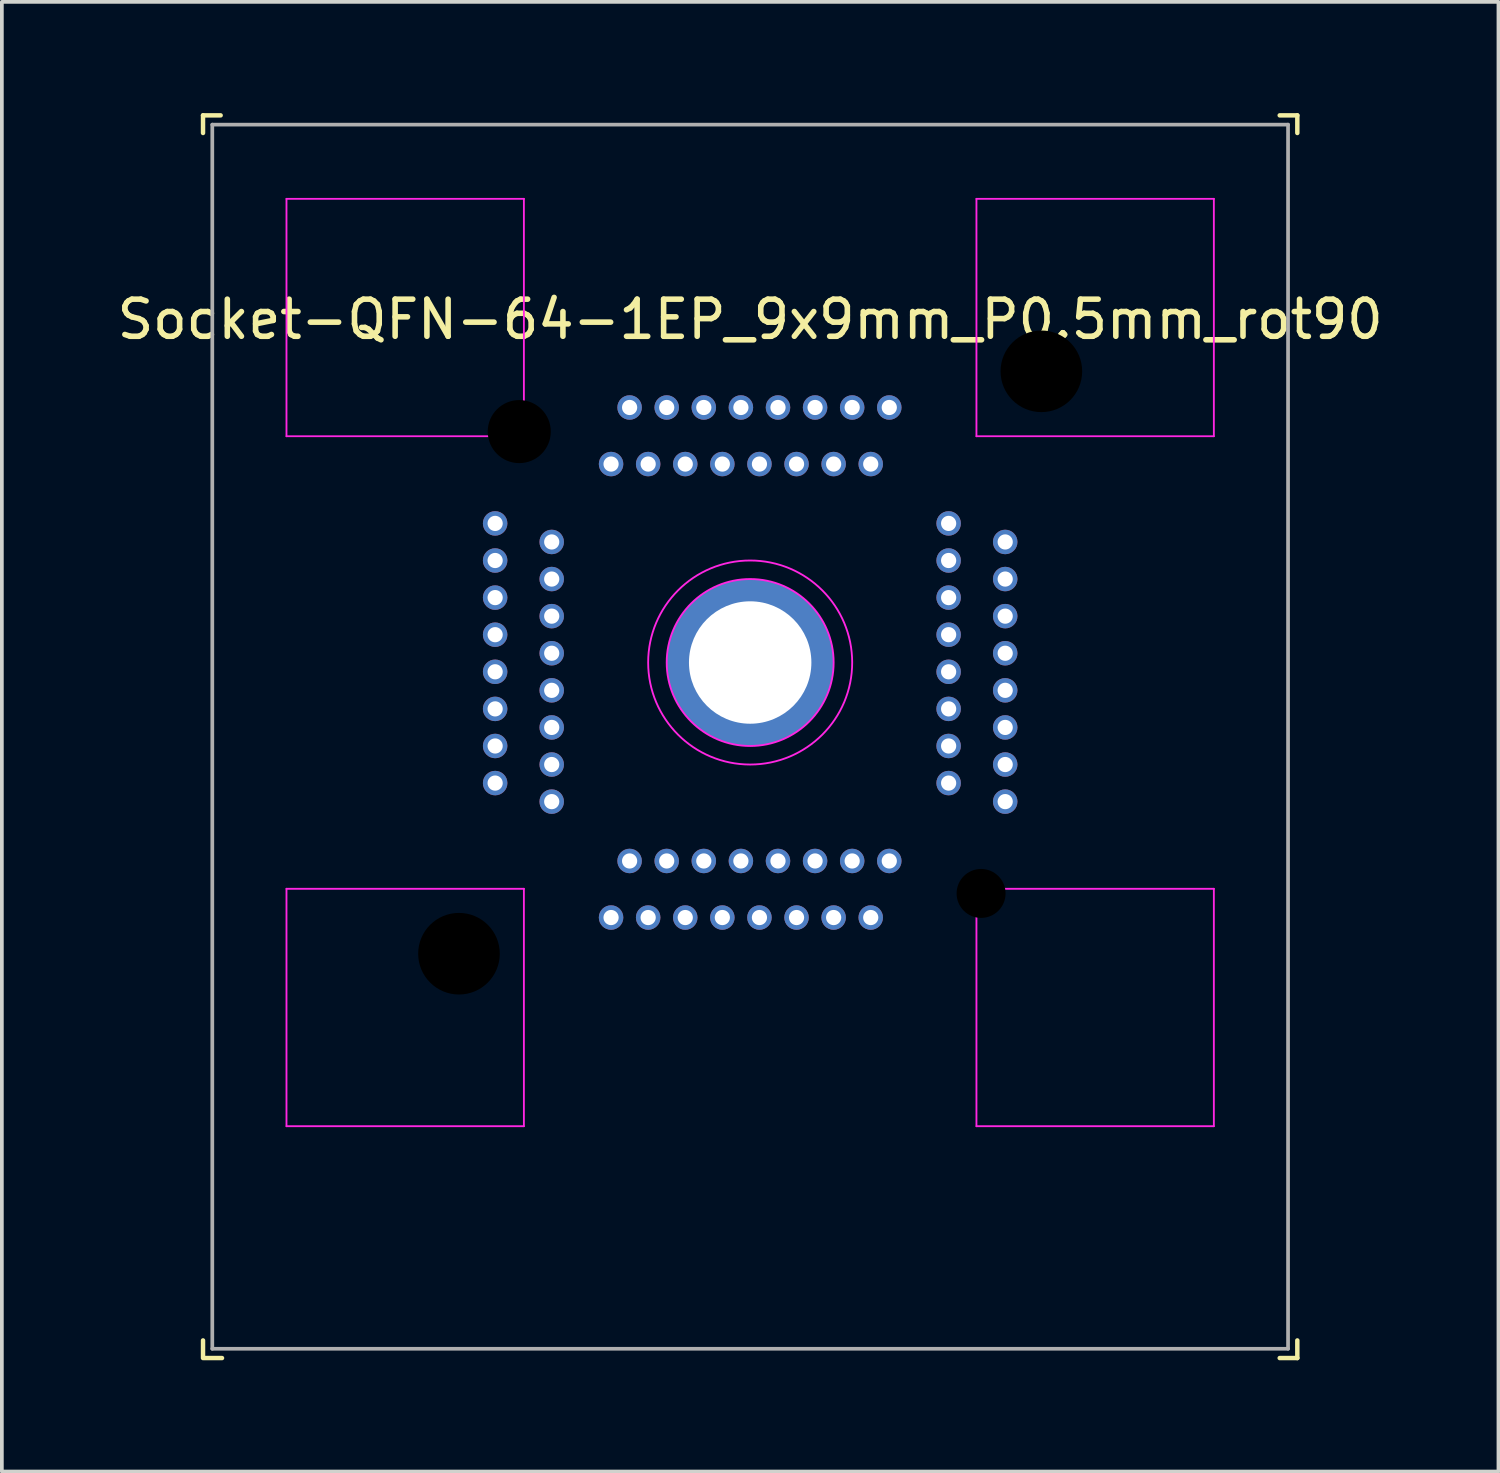
<source format=kicad_pcb>
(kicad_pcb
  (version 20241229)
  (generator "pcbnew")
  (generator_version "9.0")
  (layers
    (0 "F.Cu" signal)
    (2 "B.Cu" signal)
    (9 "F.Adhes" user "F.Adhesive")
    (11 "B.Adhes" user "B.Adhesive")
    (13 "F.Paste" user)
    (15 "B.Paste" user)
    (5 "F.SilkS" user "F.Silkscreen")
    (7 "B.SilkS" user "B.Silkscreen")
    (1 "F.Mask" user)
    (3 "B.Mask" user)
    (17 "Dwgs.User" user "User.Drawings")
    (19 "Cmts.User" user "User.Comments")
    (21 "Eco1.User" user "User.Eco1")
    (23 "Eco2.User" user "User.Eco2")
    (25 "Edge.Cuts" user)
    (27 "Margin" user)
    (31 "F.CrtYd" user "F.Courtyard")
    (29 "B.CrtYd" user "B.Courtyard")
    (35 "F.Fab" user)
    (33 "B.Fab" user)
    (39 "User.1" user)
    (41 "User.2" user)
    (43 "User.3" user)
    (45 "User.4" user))
  (footprint "Socket-QFN-64-1EP_9x9mm_P0.5mm_rot90"
    (layer "F.Cu")
    (at 17.173 14.81)
    (property "Reference" "Socket-QFN-64-1EP_9x9mm_P0.5mm_rot90" (at 0 -9.25 0) (layer "F.SilkS") (effects (font (size 1 1) (thickness 0.15))))
    (attr through_hole)
    (fp_line (start -14.75 -14.75) (end -14.275 -14.75) (stroke (width 0.12) (type solid)) (layer "F.SilkS"))
    (fp_line (start -14.75 -14.275) (end -14.75 -14.75) (stroke (width 0.12) (type solid)) (layer "F.SilkS"))
    (fp_line (start -14.75 18.275) (end -14.75 18.75) (stroke (width 0.12) (type solid)) (layer "F.SilkS"))
    (fp_line (start -14.238 18.75) (end -14.713 18.75) (stroke (width 0.12) (type solid)) (layer "F.SilkS"))
    (fp_line (start 14.75 -14.75) (end 14.275 -14.75) (stroke (width 0.12) (type solid)) (layer "F.SilkS"))
    (fp_line (start 14.75 -14.275) (end 14.75 -14.75) (stroke (width 0.12) (type solid)) (layer "F.SilkS"))
    (fp_line (start 14.75 18.275) (end 14.75 18.75) (stroke (width 0.12) (type solid)) (layer "F.SilkS"))
    (fp_line (start 14.75 18.75) (end 14.275 18.75) (stroke (width 0.12) (type solid)) (layer "F.SilkS"))
    (fp_line (start -12.5 -12.5) (end -6.1 -12.5) (stroke (width 0.05) (type default)) (layer "F.CrtYd"))
    (fp_line (start -12.5 -6.1) (end -12.5 -12.5) (stroke (width 0.05) (type default)) (layer "F.CrtYd"))
    (fp_line (start -12.5 6.1) (end -6.1 6.1) (stroke (width 0.05) (type default)) (layer "F.CrtYd"))
    (fp_line (start -12.5 12.5) (end -12.5 6.1) (stroke (width 0.05) (type default)) (layer "F.CrtYd"))
    (fp_line (start -6.1 -12.5) (end -6.1 -6.1) (stroke (width 0.05) (type default)) (layer "F.CrtYd"))
    (fp_line (start -6.1 -6.1) (end -12.5 -6.1) (stroke (width 0.05) (type default)) (layer "F.CrtYd"))
    (fp_line (start -6.1 6.1) (end -6.1 12.5) (stroke (width 0.05) (type default)) (layer "F.CrtYd"))
    (fp_line (start -6.1 12.5) (end -12.5 12.5) (stroke (width 0.05) (type default)) (layer "F.CrtYd"))
    (fp_line (start 6.1 -12.5) (end 12.5 -12.5) (stroke (width 0.05) (type default)) (layer "F.CrtYd"))
    (fp_line (start 6.1 -6.1) (end 6.1 -12.5) (stroke (width 0.05) (type default)) (layer "F.CrtYd"))
    (fp_line (start 6.1 6.1) (end 12.5 6.1) (stroke (width 0.05) (type default)) (layer "F.CrtYd"))
    (fp_line (start 6.1 12.5) (end 6.1 6.1) (stroke (width 0.05) (type default)) (layer "F.CrtYd"))
    (fp_line (start 12.5 -12.5) (end 12.5 -6.1) (stroke (width 0.05) (type default)) (layer "F.CrtYd"))
    (fp_line (start 12.5 -6.1) (end 6.1 -6.1) (stroke (width 0.05) (type default)) (layer "F.CrtYd"))
    (fp_line (start 12.5 6.1) (end 12.5 12.5) (stroke (width 0.05) (type default)) (layer "F.CrtYd"))
    (fp_line (start 12.5 12.5) (end 6.1 12.5) (stroke (width 0.05) (type default)) (layer "F.CrtYd"))
    (fp_circle (center 0 0) (end 2.25 0) (stroke (width 0.05) (type default)) (fill no) (layer "F.CrtYd"))
    (fp_circle (center 0 0) (end 2.75 0) (stroke (width 0.05) (type default)) (fill no) (layer "F.CrtYd"))
    (fp_line (start -14.5 -14.5) (end 14.5 -14.5) (stroke (width 0.1) (type default)) (layer "F.Fab"))
    (fp_line (start -14.5 18.5) (end -14.5 -14.5) (stroke (width 0.1) (type default)) (layer "F.Fab"))
    (fp_line (start 14.5 -14.5) (end 14.5 18.5) (stroke (width 0.1) (type default)) (layer "F.Fab"))
    (fp_line (start 14.5 18.5) (end -14.5 18.5) (stroke (width 0.1) (type default)) (layer "F.Fab"))
    (pad "" np_thru_hole circle (at -7.85 7.85 180) (size 2.2 2.2) (drill 2.2) (layers "*.Mask"))
    (pad "" np_thru_hole circle (at -6.225 -6.225 180) (size 1.7 1.7) (drill 1.7) (layers "*.Mask"))
    (pad "" np_thru_hole circle (at 6.225 6.225 180) (size 1.32 1.32) (drill 1.32) (layers "*.Mask"))
    (pad "" np_thru_hole circle (at 7.85 -7.85 180) (size 2.2 2.2) (drill 2.2) (layers "*.Mask"))
    (pad "1" thru_hole circle (at 6.875 3.75 180) (size 0.66 0.66) (drill 0.41) (layers "*.Cu" "*.Mask"))
    (pad "2" thru_hole circle (at 5.35 3.25 180) (size 0.66 0.66) (drill 0.41) (layers "*.Cu" "*.Mask"))
    (pad "3" thru_hole circle (at 6.875 2.75 180) (size 0.66 0.66) (drill 0.41) (layers "*.Cu" "*.Mask"))
    (pad "4" thru_hole circle (at 5.35 2.25 180) (size 0.66 0.66) (drill 0.41) (layers "*.Cu" "*.Mask"))
    (pad "5" thru_hole circle (at 6.875 1.75 180) (size 0.66 0.66) (drill 0.41) (layers "*.Cu" "*.Mask"))
    (pad "6" thru_hole circle (at 5.35 1.25 180) (size 0.66 0.66) (drill 0.41) (layers "*.Cu" "*.Mask"))
    (pad "7" thru_hole circle (at 6.875 0.75 180) (size 0.66 0.66) (drill 0.41) (layers "*.Cu" "*.Mask"))
    (pad "8" thru_hole circle (at 5.35 0.25 180) (size 0.66 0.66) (drill 0.41) (layers "*.Cu" "*.Mask"))
    (pad "9" thru_hole circle (at 6.875 -0.25 180) (size 0.66 0.66) (drill 0.41) (layers "*.Cu" "*.Mask"))
    (pad "10" thru_hole circle (at 5.35 -0.75 180) (size 0.66 0.66) (drill 0.41) (layers "*.Cu" "*.Mask"))
    (pad "11" thru_hole circle (at 6.875 -1.25 180) (size 0.66 0.66) (drill 0.41) (layers "*.Cu" "*.Mask"))
    (pad "12" thru_hole circle (at 5.35 -1.75 180) (size 0.66 0.66) (drill 0.41) (layers "*.Cu" "*.Mask"))
    (pad "13" thru_hole circle (at 6.875 -2.25 180) (size 0.66 0.66) (drill 0.41) (layers "*.Cu" "*.Mask"))
    (pad "14" thru_hole circle (at 5.35 -2.75 180) (size 0.66 0.66) (drill 0.41) (layers "*.Cu" "*.Mask"))
    (pad "15" thru_hole circle (at 6.875 -3.25 180) (size 0.66 0.66) (drill 0.41) (layers "*.Cu" "*.Mask"))
    (pad "16" thru_hole circle (at 5.35 -3.75 180) (size 0.66 0.66) (drill 0.41) (layers "*.Cu" "*.Mask"))
    (pad "17" thru_hole circle (at 3.75 -6.875 180) (size 0.66 0.66) (drill 0.41) (layers "*.Cu" "*.Mask"))
    (pad "18" thru_hole circle (at 3.25 -5.35 180) (size 0.66 0.66) (drill 0.41) (layers "*.Cu" "*.Mask"))
    (pad "19" thru_hole circle (at 2.75 -6.875 180) (size 0.66 0.66) (drill 0.41) (layers "*.Cu" "*.Mask"))
    (pad "20" thru_hole circle (at 2.25 -5.35 180) (size 0.66 0.66) (drill 0.41) (layers "*.Cu" "*.Mask"))
    (pad "21" thru_hole circle (at 1.75 -6.875 180) (size 0.66 0.66) (drill 0.41) (layers "*.Cu" "*.Mask"))
    (pad "22" thru_hole circle (at 1.25 -5.35 180) (size 0.66 0.66) (drill 0.41) (layers "*.Cu" "*.Mask"))
    (pad "23" thru_hole circle (at 0.75 -6.875 180) (size 0.66 0.66) (drill 0.41) (layers "*.Cu" "*.Mask"))
    (pad "24" thru_hole circle (at 0.25 -5.35 180) (size 0.66 0.66) (drill 0.41) (layers "*.Cu" "*.Mask"))
    (pad "25" thru_hole circle (at -0.25 -6.875 180) (size 0.66 0.66) (drill 0.41) (layers "*.Cu" "*.Mask"))
    (pad "26" thru_hole circle (at -0.75 -5.35 180) (size 0.66 0.66) (drill 0.41) (layers "*.Cu" "*.Mask"))
    (pad "27" thru_hole circle (at -1.25 -6.875 180) (size 0.66 0.66) (drill 0.41) (layers "*.Cu" "*.Mask"))
    (pad "28" thru_hole circle (at -1.75 -5.35 180) (size 0.66 0.66) (drill 0.41) (layers "*.Cu" "*.Mask"))
    (pad "29" thru_hole circle (at -2.25 -6.875 180) (size 0.66 0.66) (drill 0.41) (layers "*.Cu" "*.Mask"))
    (pad "30" thru_hole circle (at -2.75 -5.35 180) (size 0.66 0.66) (drill 0.41) (layers "*.Cu" "*.Mask"))
    (pad "31" thru_hole circle (at -3.25 -6.875 180) (size 0.66 0.66) (drill 0.41) (layers "*.Cu" "*.Mask"))
    (pad "32" thru_hole circle (at -3.75 -5.35 180) (size 0.66 0.66) (drill 0.41) (layers "*.Cu" "*.Mask"))
    (pad "33" thru_hole circle (at -6.875 -3.75 180) (size 0.66 0.66) (drill 0.41) (layers "*.Cu" "*.Mask"))
    (pad "34" thru_hole circle (at -5.35 -3.25 180) (size 0.66 0.66) (drill 0.41) (layers "*.Cu" "*.Mask"))
    (pad "35" thru_hole circle (at -6.875 -2.75 180) (size 0.66 0.66) (drill 0.41) (layers "*.Cu" "*.Mask"))
    (pad "36" thru_hole circle (at -5.35 -2.25 180) (size 0.66 0.66) (drill 0.41) (layers "*.Cu" "*.Mask"))
    (pad "37" thru_hole circle (at -6.875 -1.75 180) (size 0.66 0.66) (drill 0.41) (layers "*.Cu" "*.Mask"))
    (pad "38" thru_hole circle (at -5.35 -1.25 180) (size 0.66 0.66) (drill 0.41) (layers "*.Cu" "*.Mask"))
    (pad "39" thru_hole circle (at -6.875 -0.75 180) (size 0.66 0.66) (drill 0.41) (layers "*.Cu" "*.Mask"))
    (pad "40" thru_hole circle (at -5.35 -0.25 180) (size 0.66 0.66) (drill 0.41) (layers "*.Cu" "*.Mask"))
    (pad "41" thru_hole circle (at -6.875 0.25 180) (size 0.66 0.66) (drill 0.41) (layers "*.Cu" "*.Mask"))
    (pad "42" thru_hole circle (at -5.35 0.75 180) (size 0.66 0.66) (drill 0.41) (layers "*.Cu" "*.Mask"))
    (pad "43" thru_hole circle (at -6.875 1.25 180) (size 0.66 0.66) (drill 0.41) (layers "*.Cu" "*.Mask"))
    (pad "44" thru_hole circle (at -5.35 1.75 180) (size 0.66 0.66) (drill 0.41) (layers "*.Cu" "*.Mask"))
    (pad "45" thru_hole circle (at -6.875 2.25 180) (size 0.66 0.66) (drill 0.41) (layers "*.Cu" "*.Mask"))
    (pad "46" thru_hole circle (at -5.35 2.75 180) (size 0.66 0.66) (drill 0.41) (layers "*.Cu" "*.Mask"))
    (pad "47" thru_hole circle (at -6.875 3.25 180) (size 0.66 0.66) (drill 0.41) (layers "*.Cu" "*.Mask"))
    (pad "48" thru_hole circle (at -5.35 3.75 180) (size 0.66 0.66) (drill 0.41) (layers "*.Cu" "*.Mask"))
    (pad "49" thru_hole circle (at -3.75 6.875 180) (size 0.66 0.66) (drill 0.41) (layers "*.Cu" "*.Mask"))
    (pad "50" thru_hole circle (at -3.25 5.35 180) (size 0.66 0.66) (drill 0.41) (layers "*.Cu" "*.Mask"))
    (pad "51" thru_hole circle (at -2.75 6.875 180) (size 0.66 0.66) (drill 0.41) (layers "*.Cu" "*.Mask"))
    (pad "52" thru_hole circle (at -2.25 5.35 180) (size 0.66 0.66) (drill 0.41) (layers "*.Cu" "*.Mask"))
    (pad "53" thru_hole circle (at -1.75 6.875 180) (size 0.66 0.66) (drill 0.41) (layers "*.Cu" "*.Mask"))
    (pad "54" thru_hole circle (at -1.25 5.35 180) (size 0.66 0.66) (drill 0.41) (layers "*.Cu" "*.Mask"))
    (pad "55" thru_hole circle (at -0.75 6.875 180) (size 0.66 0.66) (drill 0.41) (layers "*.Cu" "*.Mask"))
    (pad "56" thru_hole circle (at -0.25 5.35 180) (size 0.66 0.66) (drill 0.41) (layers "*.Cu" "*.Mask"))
    (pad "57" thru_hole circle (at 0.25 6.875 180) (size 0.66 0.66) (drill 0.41) (layers "*.Cu" "*.Mask"))
    (pad "58" thru_hole circle (at 0.75 5.35 180) (size 0.66 0.66) (drill 0.41) (layers "*.Cu" "*.Mask"))
    (pad "59" thru_hole circle (at 1.25 6.875 180) (size 0.66 0.66) (drill 0.41) (layers "*.Cu" "*.Mask"))
    (pad "60" thru_hole circle (at 1.75 5.35 180) (size 0.66 0.66) (drill 0.41) (layers "*.Cu" "*.Mask"))
    (pad "61" thru_hole circle (at 2.25 6.875 180) (size 0.66 0.66) (drill 0.41) (layers "*.Cu" "*.Mask"))
    (pad "62" thru_hole circle (at 2.75 5.35 180) (size 0.66 0.66) (drill 0.41) (layers "*.Cu" "*.Mask"))
    (pad "63" thru_hole circle (at 3.25 6.875 180) (size 0.66 0.66) (drill 0.41) (layers "*.Cu" "*.Mask"))
    (pad "64" thru_hole circle (at 3.75 5.35 180) (size 0.66 0.66) (drill 0.41) (layers "*.Cu" "*.Mask"))
    (pad "65" thru_hole circle (at 0 0 180) (size 4.5 4.5) (drill 3.3) (layers "*.Cu" "*.Mask"))
    (zone (net_name "") (layer "F.Cu") (hatch edge 0.5) (connect_pads) (min_thickness 0.25) (filled_areas_thickness no) (keepout (tracks not_allowed) (vias not_allowed) (pads not_allowed) (copperpour allowed) (footprints allowed)) (placement (enabled no)) (fill) (polygon (pts (xy 4.673 2.31) (xy 4.673 8.71) (xy 11.073 8.71) (xy 11.073 2.31))))
    (zone (net_name "") (layer "F.Cu") (hatch edge 0.5) (connect_pads) (min_thickness 0.25) (filled_areas_thickness no) (keepout (tracks not_allowed) (vias not_allowed) (pads not_allowed) (copperpour allowed) (footprints allowed)) (placement (enabled no)) (fill) (polygon (pts (xy 4.673 20.91) (xy 4.673 27.31) (xy 11.073 27.31) (xy 11.073 20.91))))
    (zone (net_name "") (layer "F.Cu") (hatch edge 0.5) (connect_pads) (min_thickness 0.25) (filled_areas_thickness no) (keepout (tracks not_allowed) (vias not_allowed) (pads not_allowed) (copperpour allowed) (footprints allowed)) (placement (enabled no)) (fill) (polygon (pts (xy 23.273 2.31) (xy 23.273 8.71) (xy 29.673 8.71) (xy 29.673 2.31))))
    (zone (net_name "") (layer "F.Cu") (hatch edge 0.5) (connect_pads) (min_thickness 0.25) (filled_areas_thickness no) (keepout (tracks not_allowed) (vias not_allowed) (pads not_allowed) (copperpour allowed) (footprints allowed)) (placement (enabled no)) (fill) (polygon (pts (xy 23.273 20.91) (xy 23.273 27.31) (xy 29.673 27.31) (xy 29.673 20.91))))
    (zone (net_name "") (layer "F.Cu") (hatch edge 0.5) (connect_pads) (min_thickness 0.25) (filled_areas_thickness no) (keepout (tracks not_allowed) (vias not_allowed) (pads not_allowed) (copperpour allowed) (footprints allowed)) (placement (enabled no)) (fill) (polygon (pts (xy 17.504 12.08) (xy 17.831 12.14) (xy 18.148 12.239) (xy 18.451 12.375) (xy 18.735 12.547) (xy 18.996 12.752) (xy 19.231 12.986) (xy 19.436 13.248) (xy 19.608 13.532) (xy 19.744 13.835) (xy 19.843 14.152) (xy 19.903 14.479) (xy 19.917 14.81) (xy 19.466 14.81) (xy 19.453 14.51) (xy 19.394 14.215) (xy 19.298 13.93) (xy 19.164 13.66) (xy 18.997 13.41) (xy 18.799 13.184) (xy 18.573 12.985) (xy 18.323 12.818) (xy 18.053 12.685) (xy 17.768 12.588) (xy 17.473 12.53) (xy 17.173 12.51) (xy 16.872 12.53) (xy 16.577 12.588) (xy 16.292 12.685) (xy 16.023 12.818) (xy 15.772 12.985) (xy 15.546 13.184) (xy 15.348 13.41) (xy 15.181 13.66) (xy 15.048 13.93) (xy 14.951 14.215) (xy 14.892 14.51) (xy 14.873 14.81) (xy 14.892 15.11) (xy 14.951 15.405) (xy 15.048 15.69) (xy 15.181 15.96) (xy 15.348 16.21) (xy 15.546 16.436) (xy 15.772 16.635) (xy 16.023 16.802) (xy 16.292 16.935) (xy 16.577 17.032) (xy 16.872 17.09) (xy 17.173 17.11) (xy 17.473 17.09) (xy 17.768 17.032) (xy 18.053 16.935) (xy 18.323 16.802) (xy 18.573 16.635) (xy 18.799 16.436) (xy 18.997 16.21) (xy 19.164 15.96) (xy 19.298 15.69) (xy 19.394 15.405) (xy 19.453 15.11) (xy 19.466 14.81) (xy 19.917 14.81) (xy 19.903 15.141) (xy 19.843 15.468) (xy 19.744 15.785) (xy 19.608 16.088) (xy 19.436 16.372) (xy 19.231 16.634) (xy 18.996 16.868) (xy 18.735 17.073) (xy 18.451 17.245) (xy 18.148 17.381) (xy 17.831 17.48) (xy 17.504 17.54) (xy 17.173 17.56) (xy 16.841 17.54) (xy 16.515 17.48) (xy 16.197 17.381) (xy 15.895 17.245) (xy 15.61 17.073) (xy 15.349 16.868) (xy 15.114 16.634) (xy 14.909 16.372) (xy 14.738 16.088) (xy 14.601 15.785) (xy 14.503 15.468) (xy 14.443 15.141) (xy 14.423 14.81) (xy 14.443 14.479) (xy 14.503 14.152) (xy 14.601 13.835) (xy 14.738 13.532) (xy 14.909 13.248) (xy 15.114 12.986) (xy 15.349 12.752) (xy 15.61 12.547) (xy 15.895 12.375) (xy 16.197 12.239) (xy 16.515 12.14) (xy 16.841 12.08) (xy 17.173 12.06)))))
  (gr_rect
    (start -3 -3)
    (end 37.345 36.62)
    (stroke (width 0.1) (type default))
    (fill no)
    (layer "Edge.Cuts")))
</source>
